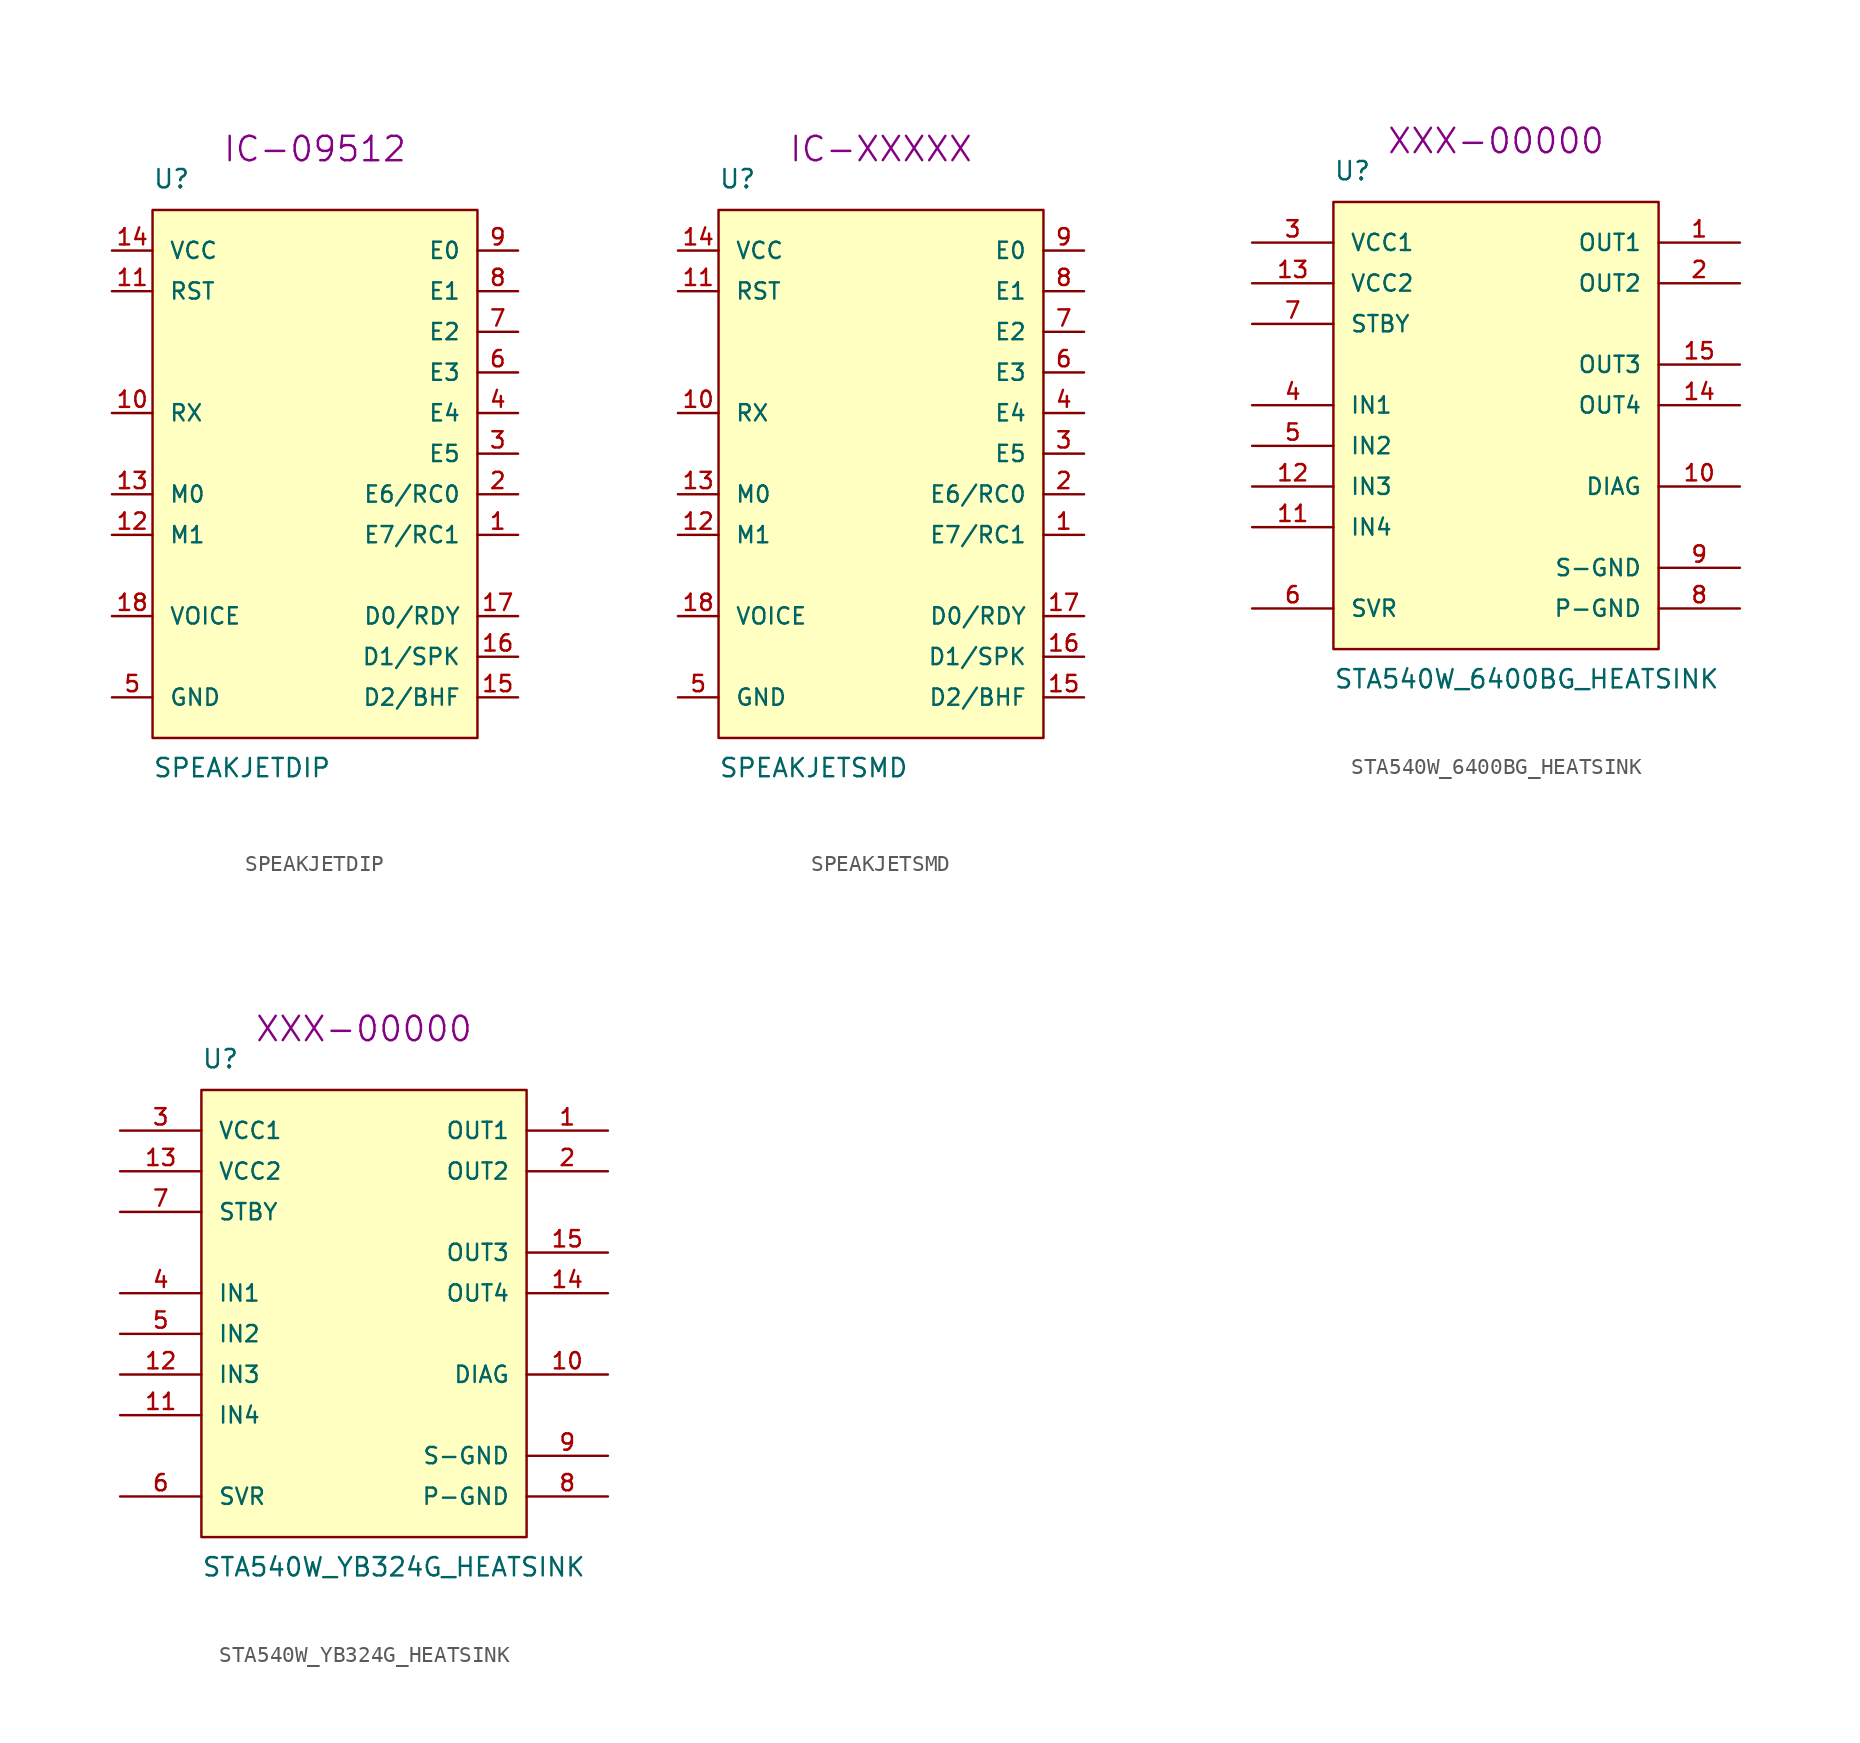
<source format=kicad_sym>
(kicad_symbol_lib
  (version 20220914)
  (generator kicad_symbol_editor)
  (symbol "SPEAKJETDIP"
    (pin_names
      (offset 1.016))
    (property "Reference" "U"
      (at -10.16 16.51 0)
      (effects (font (size 1.143 1.143)) (justify left bottom)))
    (property "Value" "SPEAKJETDIP"
      (at -10.16 -20.32 0)
      (effects (font (size 1.143 1.143)) (justify left bottom)))
    (property "Field4" "IC-09512"
      (at 0 19.05 0)
      (effects (font (size 1.524 1.524))))
    (property "ki_locked" ""
      (at 0 0 0)
      (effects (font (size 1.27 1.27))))
    (symbol "SPEAKJETDIP_1_1"
      (polyline (pts (xy -10.16 -17.78) (xy 10.16 -17.78) (xy 10.16 15.24) (xy -10.16 15.24) (xy -10.16 -17.78)) (stroke (width 0) (type solid)) (fill (type background)))
      (pin bidirectional line (at 12.7 -5.08 180) (length 2.54) (name "E7/RC1" (effects (font (size 1.016 1.016)))) (number "1" (effects (font (size 1.016 1.016)))))
      (pin bidirectional line (at -12.7 2.54 0) (length 2.54) (name "RX" (effects (font (size 1.016 1.016)))) (number "10" (effects (font (size 1.016 1.016)))))
      (pin bidirectional line (at -12.7 10.16 0) (length 2.54) (name "RST" (effects (font (size 1.016 1.016)))) (number "11" (effects (font (size 1.016 1.016)))))
      (pin bidirectional line (at -12.7 -5.08 0) (length 2.54) (name "M1" (effects (font (size 1.016 1.016)))) (number "12" (effects (font (size 1.016 1.016)))))
      (pin bidirectional line (at -12.7 -2.54 0) (length 2.54) (name "M0" (effects (font (size 1.016 1.016)))) (number "13" (effects (font (size 1.016 1.016)))))
      (pin bidirectional line (at -12.7 12.7 0) (length 2.54) (name "VCC" (effects (font (size 1.016 1.016)))) (number "14" (effects (font (size 1.016 1.016)))))
      (pin bidirectional line (at 12.7 -15.24 180) (length 2.54) (name "D2/BHF" (effects (font (size 1.016 1.016)))) (number "15" (effects (font (size 1.016 1.016)))))
      (pin bidirectional line (at 12.7 -12.7 180) (length 2.54) (name "D1/SPK" (effects (font (size 1.016 1.016)))) (number "16" (effects (font (size 1.016 1.016)))))
      (pin bidirectional line (at 12.7 -10.16 180) (length 2.54) (name "D0/RDY" (effects (font (size 1.016 1.016)))) (number "17" (effects (font (size 1.016 1.016)))))
      (pin bidirectional line (at -12.7 -10.16 0) (length 2.54) (name "VOICE" (effects (font (size 1.016 1.016)))) (number "18" (effects (font (size 1.016 1.016)))))
      (pin bidirectional line (at 12.7 -2.54 180) (length 2.54) (name "E6/RC0" (effects (font (size 1.016 1.016)))) (number "2" (effects (font (size 1.016 1.016)))))
      (pin bidirectional line (at 12.7 0 180) (length 2.54) (name "E5" (effects (font (size 1.016 1.016)))) (number "3" (effects (font (size 1.016 1.016)))))
      (pin bidirectional line (at 12.7 2.54 180) (length 2.54) (name "E4" (effects (font (size 1.016 1.016)))) (number "4" (effects (font (size 1.016 1.016)))))
      (pin bidirectional line (at -12.7 -15.24 0) (length 2.54) (name "GND" (effects (font (size 1.016 1.016)))) (number "5" (effects (font (size 1.016 1.016)))))
      (pin bidirectional line (at 12.7 5.08 180) (length 2.54) (name "E3" (effects (font (size 1.016 1.016)))) (number "6" (effects (font (size 1.016 1.016)))))
      (pin bidirectional line (at 12.7 7.62 180) (length 2.54) (name "E2" (effects (font (size 1.016 1.016)))) (number "7" (effects (font (size 1.016 1.016)))))
      (pin bidirectional line (at 12.7 10.16 180) (length 2.54) (name "E1" (effects (font (size 1.016 1.016)))) (number "8" (effects (font (size 1.016 1.016)))))
      (pin bidirectional line (at 12.7 12.7 180) (length 2.54) (name "E0" (effects (font (size 1.016 1.016)))) (number "9" (effects (font (size 1.016 1.016)))))))
  (symbol "SPEAKJETSMD"
    (pin_names
      (offset 1.016))
    (property "Reference" "U"
      (at -10.16 16.51 0)
      (effects (font (size 1.143 1.143)) (justify left bottom)))
    (property "Value" "SPEAKJETSMD"
      (at -10.16 -20.32 0)
      (effects (font (size 1.143 1.143)) (justify left bottom)))
    (property "Field4" "IC-XXXXX"
      (at 0 19.05 0)
      (effects (font (size 1.524 1.524))))
    (property "ki_locked" ""
      (at 0 0 0)
      (effects (font (size 1.27 1.27))))
    (symbol "SPEAKJETSMD_1_1"
      (polyline (pts (xy -10.16 -17.78) (xy 10.16 -17.78) (xy 10.16 15.24) (xy -10.16 15.24) (xy -10.16 -17.78)) (stroke (width 0) (type solid)) (fill (type background)))
      (pin bidirectional line (at 12.7 -5.08 180) (length 2.54) (name "E7/RC1" (effects (font (size 1.016 1.016)))) (number "1" (effects (font (size 1.016 1.016)))))
      (pin bidirectional line (at -12.7 2.54 0) (length 2.54) (name "RX" (effects (font (size 1.016 1.016)))) (number "10" (effects (font (size 1.016 1.016)))))
      (pin bidirectional line (at -12.7 10.16 0) (length 2.54) (name "RST" (effects (font (size 1.016 1.016)))) (number "11" (effects (font (size 1.016 1.016)))))
      (pin bidirectional line (at -12.7 -5.08 0) (length 2.54) (name "M1" (effects (font (size 1.016 1.016)))) (number "12" (effects (font (size 1.016 1.016)))))
      (pin bidirectional line (at -12.7 -2.54 0) (length 2.54) (name "M0" (effects (font (size 1.016 1.016)))) (number "13" (effects (font (size 1.016 1.016)))))
      (pin bidirectional line (at -12.7 12.7 0) (length 2.54) (name "VCC" (effects (font (size 1.016 1.016)))) (number "14" (effects (font (size 1.016 1.016)))))
      (pin bidirectional line (at 12.7 -15.24 180) (length 2.54) (name "D2/BHF" (effects (font (size 1.016 1.016)))) (number "15" (effects (font (size 1.016 1.016)))))
      (pin bidirectional line (at 12.7 -12.7 180) (length 2.54) (name "D1/SPK" (effects (font (size 1.016 1.016)))) (number "16" (effects (font (size 1.016 1.016)))))
      (pin bidirectional line (at 12.7 -10.16 180) (length 2.54) (name "D0/RDY" (effects (font (size 1.016 1.016)))) (number "17" (effects (font (size 1.016 1.016)))))
      (pin bidirectional line (at -12.7 -10.16 0) (length 2.54) (name "VOICE" (effects (font (size 1.016 1.016)))) (number "18" (effects (font (size 1.016 1.016)))))
      (pin bidirectional line (at 12.7 -2.54 180) (length 2.54) (name "E6/RC0" (effects (font (size 1.016 1.016)))) (number "2" (effects (font (size 1.016 1.016)))))
      (pin bidirectional line (at 12.7 0 180) (length 2.54) (name "E5" (effects (font (size 1.016 1.016)))) (number "3" (effects (font (size 1.016 1.016)))))
      (pin bidirectional line (at 12.7 2.54 180) (length 2.54) (name "E4" (effects (font (size 1.016 1.016)))) (number "4" (effects (font (size 1.016 1.016)))))
      (pin bidirectional line (at -12.7 -15.24 0) (length 2.54) (name "GND" (effects (font (size 1.016 1.016)))) (number "5" (effects (font (size 1.016 1.016)))))
      (pin bidirectional line (at 12.7 5.08 180) (length 2.54) (name "E3" (effects (font (size 1.016 1.016)))) (number "6" (effects (font (size 1.016 1.016)))))
      (pin bidirectional line (at 12.7 7.62 180) (length 2.54) (name "E2" (effects (font (size 1.016 1.016)))) (number "7" (effects (font (size 1.016 1.016)))))
      (pin bidirectional line (at 12.7 10.16 180) (length 2.54) (name "E1" (effects (font (size 1.016 1.016)))) (number "8" (effects (font (size 1.016 1.016)))))
      (pin bidirectional line (at 12.7 12.7 180) (length 2.54) (name "E0" (effects (font (size 1.016 1.016)))) (number "9" (effects (font (size 1.016 1.016)))))))
  (symbol "STA540W_6400BG_HEATSINK"
    (pin_names
      (offset 1.016))
    (property "Reference" "U"
      (at -10.16 16.51 0)
      (effects (font (size 1.143 1.143)) (justify left bottom)))
    (property "Value" "STA540W_6400BG_HEATSINK"
      (at -10.16 -15.24 0)
      (effects (font (size 1.143 1.143)) (justify left bottom)))
    (property "Field4" "XXX-00000"
      (at 0 19.05 0)
      (effects (font (size 1.524 1.524))))
    (property "ki_locked" ""
      (at 0 0 0)
      (effects (font (size 1.27 1.27))))
    (symbol "STA540W_6400BG_HEATSINK_1_1"
      (polyline (pts (xy -10.16 -12.7) (xy 10.16 -12.7) (xy 10.16 15.24) (xy -10.16 15.24) (xy -10.16 -12.7)) (stroke (width 0) (type solid)) (fill (type background)))
      (pin bidirectional line (at 15.24 12.7 180) (length 5.08) (name "OUT1" (effects (font (size 1.016 1.016)))) (number "1" (effects (font (size 1.016 1.016)))))
      (pin bidirectional line (at 15.24 -2.54 180) (length 5.08) (name "DIAG" (effects (font (size 1.016 1.016)))) (number "10" (effects (font (size 1.016 1.016)))))
      (pin bidirectional line (at -15.24 -5.08 0) (length 5.08) (name "IN4" (effects (font (size 1.016 1.016)))) (number "11" (effects (font (size 1.016 1.016)))))
      (pin bidirectional line (at -15.24 -2.54 0) (length 5.08) (name "IN3" (effects (font (size 1.016 1.016)))) (number "12" (effects (font (size 1.016 1.016)))))
      (pin bidirectional line (at -15.24 10.16 0) (length 5.08) (name "VCC2" (effects (font (size 1.016 1.016)))) (number "13" (effects (font (size 1.016 1.016)))))
      (pin bidirectional line (at 15.24 2.54 180) (length 5.08) (name "OUT4" (effects (font (size 1.016 1.016)))) (number "14" (effects (font (size 1.016 1.016)))))
      (pin bidirectional line (at 15.24 5.08 180) (length 5.08) (name "OUT3" (effects (font (size 1.016 1.016)))) (number "15" (effects (font (size 1.016 1.016)))))
      (pin bidirectional line (at 15.24 10.16 180) (length 5.08) (name "OUT2" (effects (font (size 1.016 1.016)))) (number "2" (effects (font (size 1.016 1.016)))))
      (pin bidirectional line (at -15.24 12.7 0) (length 5.08) (name "VCC1" (effects (font (size 1.016 1.016)))) (number "3" (effects (font (size 1.016 1.016)))))
      (pin bidirectional line (at -15.24 2.54 0) (length 5.08) (name "IN1" (effects (font (size 1.016 1.016)))) (number "4" (effects (font (size 1.016 1.016)))))
      (pin bidirectional line (at -15.24 0 0) (length 5.08) (name "IN2" (effects (font (size 1.016 1.016)))) (number "5" (effects (font (size 1.016 1.016)))))
      (pin bidirectional line (at -15.24 -10.16 0) (length 5.08) (name "SVR" (effects (font (size 1.016 1.016)))) (number "6" (effects (font (size 1.016 1.016)))))
      (pin bidirectional line (at -15.24 7.62 0) (length 5.08) (name "STBY" (effects (font (size 1.016 1.016)))) (number "7" (effects (font (size 1.016 1.016)))))
      (pin bidirectional line (at 15.24 -10.16 180) (length 5.08) (name "P-GND" (effects (font (size 1.016 1.016)))) (number "8" (effects (font (size 1.016 1.016)))))
      (pin bidirectional line (at 15.24 -7.62 180) (length 5.08) (name "S-GND" (effects (font (size 1.016 1.016)))) (number "9" (effects (font (size 1.016 1.016)))))))
  (symbol "STA540W_YB324G_HEATSINK"
    (pin_names
      (offset 1.016))
    (property "Reference" "U"
      (at -10.16 16.51 0)
      (effects (font (size 1.143 1.143)) (justify left bottom)))
    (property "Value" "STA540W_YB324G_HEATSINK"
      (at -10.16 -15.24 0)
      (effects (font (size 1.143 1.143)) (justify left bottom)))
    (property "Field4" "XXX-00000"
      (at 0 19.05 0)
      (effects (font (size 1.524 1.524))))
    (property "ki_locked" ""
      (at 0 0 0)
      (effects (font (size 1.27 1.27))))
    (symbol "STA540W_YB324G_HEATSINK_1_1"
      (polyline (pts (xy -10.16 -12.7) (xy 10.16 -12.7) (xy 10.16 15.24) (xy -10.16 15.24) (xy -10.16 -12.7)) (stroke (width 0) (type solid)) (fill (type background)))
      (pin bidirectional line (at 15.24 12.7 180) (length 5.08) (name "OUT1" (effects (font (size 1.016 1.016)))) (number "1" (effects (font (size 1.016 1.016)))))
      (pin bidirectional line (at 15.24 -2.54 180) (length 5.08) (name "DIAG" (effects (font (size 1.016 1.016)))) (number "10" (effects (font (size 1.016 1.016)))))
      (pin bidirectional line (at -15.24 -5.08 0) (length 5.08) (name "IN4" (effects (font (size 1.016 1.016)))) (number "11" (effects (font (size 1.016 1.016)))))
      (pin bidirectional line (at -15.24 -2.54 0) (length 5.08) (name "IN3" (effects (font (size 1.016 1.016)))) (number "12" (effects (font (size 1.016 1.016)))))
      (pin bidirectional line (at -15.24 10.16 0) (length 5.08) (name "VCC2" (effects (font (size 1.016 1.016)))) (number "13" (effects (font (size 1.016 1.016)))))
      (pin bidirectional line (at 15.24 2.54 180) (length 5.08) (name "OUT4" (effects (font (size 1.016 1.016)))) (number "14" (effects (font (size 1.016 1.016)))))
      (pin bidirectional line (at 15.24 5.08 180) (length 5.08) (name "OUT3" (effects (font (size 1.016 1.016)))) (number "15" (effects (font (size 1.016 1.016)))))
      (pin bidirectional line (at 15.24 10.16 180) (length 5.08) (name "OUT2" (effects (font (size 1.016 1.016)))) (number "2" (effects (font (size 1.016 1.016)))))
      (pin bidirectional line (at -15.24 12.7 0) (length 5.08) (name "VCC1" (effects (font (size 1.016 1.016)))) (number "3" (effects (font (size 1.016 1.016)))))
      (pin bidirectional line (at -15.24 2.54 0) (length 5.08) (name "IN1" (effects (font (size 1.016 1.016)))) (number "4" (effects (font (size 1.016 1.016)))))
      (pin bidirectional line (at -15.24 0 0) (length 5.08) (name "IN2" (effects (font (size 1.016 1.016)))) (number "5" (effects (font (size 1.016 1.016)))))
      (pin bidirectional line (at -15.24 -10.16 0) (length 5.08) (name "SVR" (effects (font (size 1.016 1.016)))) (number "6" (effects (font (size 1.016 1.016)))))
      (pin bidirectional line (at -15.24 7.62 0) (length 5.08) (name "STBY" (effects (font (size 1.016 1.016)))) (number "7" (effects (font (size 1.016 1.016)))))
      (pin bidirectional line (at 15.24 -10.16 180) (length 5.08) (name "P-GND" (effects (font (size 1.016 1.016)))) (number "8" (effects (font (size 1.016 1.016)))))
      (pin bidirectional line (at 15.24 -7.62 180) (length 5.08) (name "S-GND" (effects (font (size 1.016 1.016)))) (number "9" (effects (font (size 1.016 1.016))))))))
</source>
